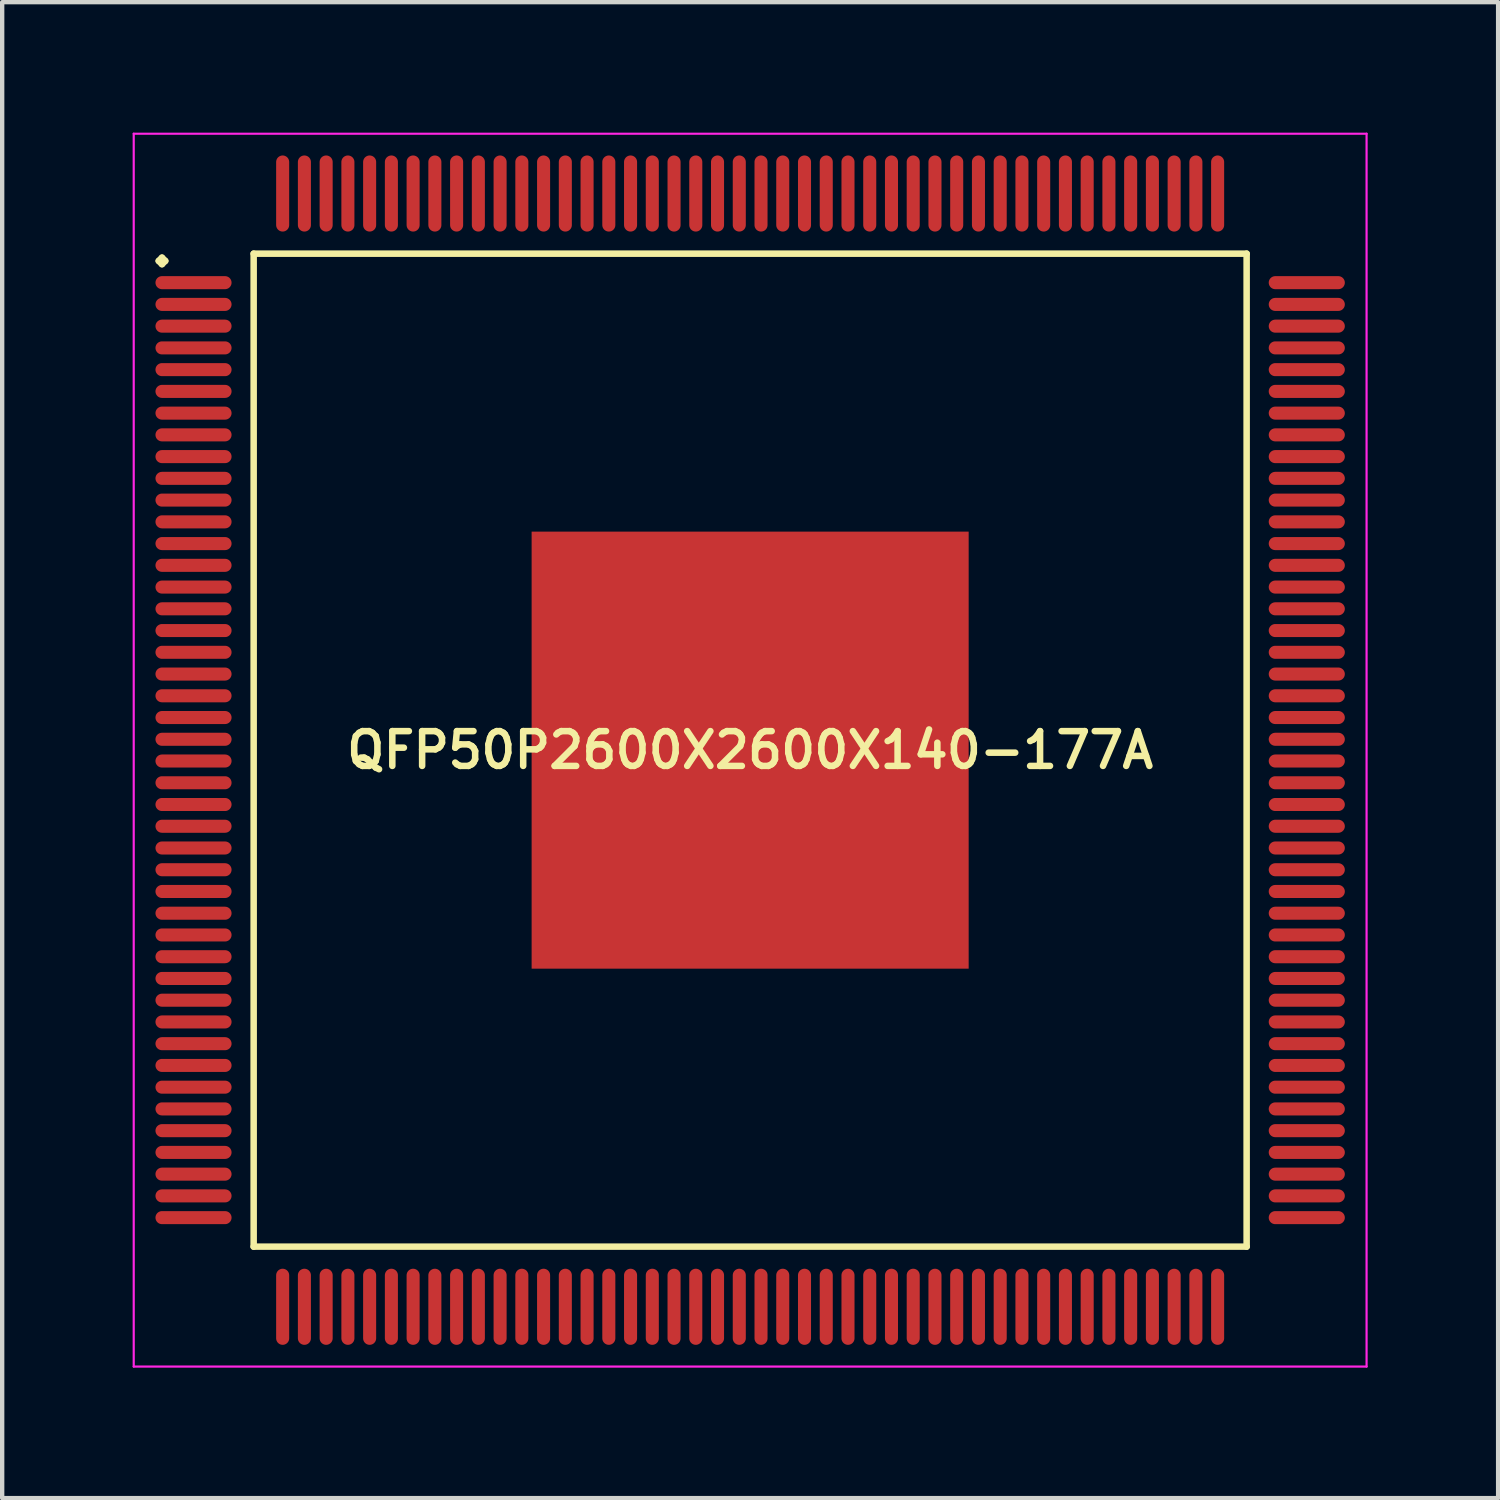
<source format=kicad_pcb>
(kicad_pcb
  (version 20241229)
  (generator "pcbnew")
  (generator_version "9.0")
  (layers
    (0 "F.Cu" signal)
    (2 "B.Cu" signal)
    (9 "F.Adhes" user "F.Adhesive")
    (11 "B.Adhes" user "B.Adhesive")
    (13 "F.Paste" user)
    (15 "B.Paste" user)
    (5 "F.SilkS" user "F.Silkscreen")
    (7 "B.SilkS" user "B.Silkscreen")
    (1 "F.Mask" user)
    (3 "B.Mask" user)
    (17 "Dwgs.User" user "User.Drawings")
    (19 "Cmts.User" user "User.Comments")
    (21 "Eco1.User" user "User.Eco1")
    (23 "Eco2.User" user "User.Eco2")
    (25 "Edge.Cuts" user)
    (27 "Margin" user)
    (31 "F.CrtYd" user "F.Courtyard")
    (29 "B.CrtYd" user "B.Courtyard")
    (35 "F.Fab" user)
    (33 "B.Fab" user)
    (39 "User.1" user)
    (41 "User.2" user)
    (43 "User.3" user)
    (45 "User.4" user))
  (footprint "QFP50P2600X2600X140-177A"
    (layer "F.Cu")
    (at 14.2 14.2)
    (property "Reference" "QFP50P2600X2600X140-177A" (at 0 0 0) (layer "F.SilkS") (effects (font (size 0.8 0.8) (thickness 0.15))))
    (attr smd)
    (fp_line (start -13.6 -11.25) (end -13.525 -11.325) (stroke (width 0.15) (type solid)) (layer "F.SilkS"))
    (fp_line (start -13.525 -11.325) (end -13.45 -11.25) (stroke (width 0.15) (type solid)) (layer "F.SilkS"))
    (fp_line (start -13.525 -11.175) (end -13.6 -11.25) (stroke (width 0.15) (type solid)) (layer "F.SilkS"))
    (fp_line (start -13.45 -11.25) (end -13.525 -11.175) (stroke (width 0.15) (type solid)) (layer "F.SilkS"))
    (fp_line (start -11.417 -11.417) (end -11.417 11.417) (stroke (width 0.15) (type solid)) (layer "F.SilkS"))
    (fp_line (start -11.417 11.417) (end 11.417 11.417) (stroke (width 0.15) (type solid)) (layer "F.SilkS"))
    (fp_line (start 11.417 -11.417) (end -11.417 -11.417) (stroke (width 0.15) (type solid)) (layer "F.SilkS"))
    (fp_line (start 11.417 11.417) (end 11.417 -11.417) (stroke (width 0.15) (type solid)) (layer "F.SilkS"))
    (fp_line (start -14.175 -14.175) (end 14.175 -14.175) (stroke (width 0.05) (type solid)) (layer "F.CrtYd"))
    (fp_line (start -14.175 14.175) (end -14.175 -14.175) (stroke (width 0.05) (type solid)) (layer "F.CrtYd"))
    (fp_line (start 14.175 -14.175) (end 14.175 14.175) (stroke (width 0.05) (type solid)) (layer "F.CrtYd"))
    (fp_line (start 14.175 14.175) (end -14.175 14.175) (stroke (width 0.05) (type solid)) (layer "F.CrtYd"))
    (pad "1" smd oval (at -12.8 -10.75) (size 1.75 0.3) (layers "F.Cu" "F.Mask" "F.Paste"))
    (pad "2" smd oval (at -12.8 -10.25) (size 1.75 0.3) (layers "F.Cu" "F.Mask" "F.Paste"))
    (pad "3" smd oval (at -12.8 -9.75) (size 1.75 0.3) (layers "F.Cu" "F.Mask" "F.Paste"))
    (pad "4" smd oval (at -12.8 -9.25) (size 1.75 0.3) (layers "F.Cu" "F.Mask" "F.Paste"))
    (pad "5" smd oval (at -12.8 -8.75) (size 1.75 0.3) (layers "F.Cu" "F.Mask" "F.Paste"))
    (pad "6" smd oval (at -12.8 -8.25) (size 1.75 0.3) (layers "F.Cu" "F.Mask" "F.Paste"))
    (pad "7" smd oval (at -12.8 -7.75) (size 1.75 0.3) (layers "F.Cu" "F.Mask" "F.Paste"))
    (pad "8" smd oval (at -12.8 -7.25) (size 1.75 0.3) (layers "F.Cu" "F.Mask" "F.Paste"))
    (pad "9" smd oval (at -12.8 -6.75) (size 1.75 0.3) (layers "F.Cu" "F.Mask" "F.Paste"))
    (pad "10" smd oval (at -12.8 -6.25) (size 1.75 0.3) (layers "F.Cu" "F.Mask" "F.Paste"))
    (pad "11" smd oval (at -12.8 -5.75) (size 1.75 0.3) (layers "F.Cu" "F.Mask" "F.Paste"))
    (pad "12" smd oval (at -12.8 -5.25) (size 1.75 0.3) (layers "F.Cu" "F.Mask" "F.Paste"))
    (pad "13" smd oval (at -12.8 -4.75) (size 1.75 0.3) (layers "F.Cu" "F.Mask" "F.Paste"))
    (pad "14" smd oval (at -12.8 -4.25) (size 1.75 0.3) (layers "F.Cu" "F.Mask" "F.Paste"))
    (pad "15" smd oval (at -12.8 -3.75) (size 1.75 0.3) (layers "F.Cu" "F.Mask" "F.Paste"))
    (pad "16" smd oval (at -12.8 -3.25) (size 1.75 0.3) (layers "F.Cu" "F.Mask" "F.Paste"))
    (pad "17" smd oval (at -12.8 -2.75) (size 1.75 0.3) (layers "F.Cu" "F.Mask" "F.Paste"))
    (pad "18" smd oval (at -12.8 -2.25) (size 1.75 0.3) (layers "F.Cu" "F.Mask" "F.Paste"))
    (pad "19" smd oval (at -12.8 -1.75) (size 1.75 0.3) (layers "F.Cu" "F.Mask" "F.Paste"))
    (pad "20" smd oval (at -12.8 -1.25) (size 1.75 0.3) (layers "F.Cu" "F.Mask" "F.Paste"))
    (pad "21" smd oval (at -12.8 -0.75) (size 1.75 0.3) (layers "F.Cu" "F.Mask" "F.Paste"))
    (pad "22" smd oval (at -12.8 -0.25) (size 1.75 0.3) (layers "F.Cu" "F.Mask" "F.Paste"))
    (pad "23" smd oval (at -12.8 0.25) (size 1.75 0.3) (layers "F.Cu" "F.Mask" "F.Paste"))
    (pad "24" smd oval (at -12.8 0.75) (size 1.75 0.3) (layers "F.Cu" "F.Mask" "F.Paste"))
    (pad "25" smd oval (at -12.8 1.25) (size 1.75 0.3) (layers "F.Cu" "F.Mask" "F.Paste"))
    (pad "26" smd oval (at -12.8 1.75) (size 1.75 0.3) (layers "F.Cu" "F.Mask" "F.Paste"))
    (pad "27" smd oval (at -12.8 2.25) (size 1.75 0.3) (layers "F.Cu" "F.Mask" "F.Paste"))
    (pad "28" smd oval (at -12.8 2.75) (size 1.75 0.3) (layers "F.Cu" "F.Mask" "F.Paste"))
    (pad "29" smd oval (at -12.8 3.25) (size 1.75 0.3) (layers "F.Cu" "F.Mask" "F.Paste"))
    (pad "30" smd oval (at -12.8 3.75) (size 1.75 0.3) (layers "F.Cu" "F.Mask" "F.Paste"))
    (pad "31" smd oval (at -12.8 4.25) (size 1.75 0.3) (layers "F.Cu" "F.Mask" "F.Paste"))
    (pad "32" smd oval (at -12.8 4.75) (size 1.75 0.3) (layers "F.Cu" "F.Mask" "F.Paste"))
    (pad "33" smd oval (at -12.8 5.25) (size 1.75 0.3) (layers "F.Cu" "F.Mask" "F.Paste"))
    (pad "34" smd oval (at -12.8 5.75) (size 1.75 0.3) (layers "F.Cu" "F.Mask" "F.Paste"))
    (pad "35" smd oval (at -12.8 6.25) (size 1.75 0.3) (layers "F.Cu" "F.Mask" "F.Paste"))
    (pad "36" smd oval (at -12.8 6.75) (size 1.75 0.3) (layers "F.Cu" "F.Mask" "F.Paste"))
    (pad "37" smd oval (at -12.8 7.25) (size 1.75 0.3) (layers "F.Cu" "F.Mask" "F.Paste"))
    (pad "38" smd oval (at -12.8 7.75) (size 1.75 0.3) (layers "F.Cu" "F.Mask" "F.Paste"))
    (pad "39" smd oval (at -12.8 8.25) (size 1.75 0.3) (layers "F.Cu" "F.Mask" "F.Paste"))
    (pad "40" smd oval (at -12.8 8.75) (size 1.75 0.3) (layers "F.Cu" "F.Mask" "F.Paste"))
    (pad "41" smd oval (at -12.8 9.25) (size 1.75 0.3) (layers "F.Cu" "F.Mask" "F.Paste"))
    (pad "42" smd oval (at -12.8 9.75) (size 1.75 0.3) (layers "F.Cu" "F.Mask" "F.Paste"))
    (pad "43" smd oval (at -12.8 10.25) (size 1.75 0.3) (layers "F.Cu" "F.Mask" "F.Paste"))
    (pad "44" smd oval (at -12.8 10.75) (size 1.75 0.3) (layers "F.Cu" "F.Mask" "F.Paste"))
    (pad "45" smd oval (at -10.75 12.8) (size 0.3 1.75) (layers "F.Cu" "F.Mask" "F.Paste"))
    (pad "46" smd oval (at -10.25 12.8) (size 0.3 1.75) (layers "F.Cu" "F.Mask" "F.Paste"))
    (pad "47" smd oval (at -9.75 12.8) (size 0.3 1.75) (layers "F.Cu" "F.Mask" "F.Paste"))
    (pad "48" smd oval (at -9.25 12.8) (size 0.3 1.75) (layers "F.Cu" "F.Mask" "F.Paste"))
    (pad "49" smd oval (at -8.75 12.8) (size 0.3 1.75) (layers "F.Cu" "F.Mask" "F.Paste"))
    (pad "50" smd oval (at -8.25 12.8) (size 0.3 1.75) (layers "F.Cu" "F.Mask" "F.Paste"))
    (pad "51" smd oval (at -7.75 12.8) (size 0.3 1.75) (layers "F.Cu" "F.Mask" "F.Paste"))
    (pad "52" smd oval (at -7.25 12.8) (size 0.3 1.75) (layers "F.Cu" "F.Mask" "F.Paste"))
    (pad "53" smd oval (at -6.75 12.8) (size 0.3 1.75) (layers "F.Cu" "F.Mask" "F.Paste"))
    (pad "54" smd oval (at -6.25 12.8) (size 0.3 1.75) (layers "F.Cu" "F.Mask" "F.Paste"))
    (pad "55" smd oval (at -5.75 12.8) (size 0.3 1.75) (layers "F.Cu" "F.Mask" "F.Paste"))
    (pad "56" smd oval (at -5.25 12.8) (size 0.3 1.75) (layers "F.Cu" "F.Mask" "F.Paste"))
    (pad "57" smd oval (at -4.75 12.8) (size 0.3 1.75) (layers "F.Cu" "F.Mask" "F.Paste"))
    (pad "58" smd oval (at -4.25 12.8) (size 0.3 1.75) (layers "F.Cu" "F.Mask" "F.Paste"))
    (pad "59" smd oval (at -3.75 12.8) (size 0.3 1.75) (layers "F.Cu" "F.Mask" "F.Paste"))
    (pad "60" smd oval (at -3.25 12.8) (size 0.3 1.75) (layers "F.Cu" "F.Mask" "F.Paste"))
    (pad "61" smd oval (at -2.75 12.8) (size 0.3 1.75) (layers "F.Cu" "F.Mask" "F.Paste"))
    (pad "62" smd oval (at -2.25 12.8) (size 0.3 1.75) (layers "F.Cu" "F.Mask" "F.Paste"))
    (pad "63" smd oval (at -1.75 12.8) (size 0.3 1.75) (layers "F.Cu" "F.Mask" "F.Paste"))
    (pad "64" smd oval (at -1.25 12.8) (size 0.3 1.75) (layers "F.Cu" "F.Mask" "F.Paste"))
    (pad "65" smd oval (at -0.75 12.8) (size 0.3 1.75) (layers "F.Cu" "F.Mask" "F.Paste"))
    (pad "66" smd oval (at -0.25 12.8) (size 0.3 1.75) (layers "F.Cu" "F.Mask" "F.Paste"))
    (pad "67" smd oval (at 0.25 12.8) (size 0.3 1.75) (layers "F.Cu" "F.Mask" "F.Paste"))
    (pad "68" smd oval (at 0.75 12.8) (size 0.3 1.75) (layers "F.Cu" "F.Mask" "F.Paste"))
    (pad "69" smd oval (at 1.25 12.8) (size 0.3 1.75) (layers "F.Cu" "F.Mask" "F.Paste"))
    (pad "70" smd oval (at 1.75 12.8) (size 0.3 1.75) (layers "F.Cu" "F.Mask" "F.Paste"))
    (pad "71" smd oval (at 2.25 12.8) (size 0.3 1.75) (layers "F.Cu" "F.Mask" "F.Paste"))
    (pad "72" smd oval (at 2.75 12.8) (size 0.3 1.75) (layers "F.Cu" "F.Mask" "F.Paste"))
    (pad "73" smd oval (at 3.25 12.8) (size 0.3 1.75) (layers "F.Cu" "F.Mask" "F.Paste"))
    (pad "74" smd oval (at 3.75 12.8) (size 0.3 1.75) (layers "F.Cu" "F.Mask" "F.Paste"))
    (pad "75" smd oval (at 4.25 12.8) (size 0.3 1.75) (layers "F.Cu" "F.Mask" "F.Paste"))
    (pad "76" smd oval (at 4.75 12.8) (size 0.3 1.75) (layers "F.Cu" "F.Mask" "F.Paste"))
    (pad "77" smd oval (at 5.25 12.8) (size 0.3 1.75) (layers "F.Cu" "F.Mask" "F.Paste"))
    (pad "78" smd oval (at 5.75 12.8) (size 0.3 1.75) (layers "F.Cu" "F.Mask" "F.Paste"))
    (pad "79" smd oval (at 6.25 12.8) (size 0.3 1.75) (layers "F.Cu" "F.Mask" "F.Paste"))
    (pad "80" smd oval (at 6.75 12.8) (size 0.3 1.75) (layers "F.Cu" "F.Mask" "F.Paste"))
    (pad "81" smd oval (at 7.25 12.8) (size 0.3 1.75) (layers "F.Cu" "F.Mask" "F.Paste"))
    (pad "82" smd oval (at 7.75 12.8) (size 0.3 1.75) (layers "F.Cu" "F.Mask" "F.Paste"))
    (pad "83" smd oval (at 8.25 12.8) (size 0.3 1.75) (layers "F.Cu" "F.Mask" "F.Paste"))
    (pad "84" smd oval (at 8.75 12.8) (size 0.3 1.75) (layers "F.Cu" "F.Mask" "F.Paste"))
    (pad "85" smd oval (at 9.25 12.8) (size 0.3 1.75) (layers "F.Cu" "F.Mask" "F.Paste"))
    (pad "86" smd oval (at 9.75 12.8) (size 0.3 1.75) (layers "F.Cu" "F.Mask" "F.Paste"))
    (pad "87" smd oval (at 10.25 12.8) (size 0.3 1.75) (layers "F.Cu" "F.Mask" "F.Paste"))
    (pad "88" smd oval (at 10.75 12.8) (size 0.3 1.75) (layers "F.Cu" "F.Mask" "F.Paste"))
    (pad "89" smd oval (at 12.8 10.75) (size 1.75 0.3) (layers "F.Cu" "F.Mask" "F.Paste"))
    (pad "90" smd oval (at 12.8 10.25) (size 1.75 0.3) (layers "F.Cu" "F.Mask" "F.Paste"))
    (pad "91" smd oval (at 12.8 9.75) (size 1.75 0.3) (layers "F.Cu" "F.Mask" "F.Paste"))
    (pad "92" smd oval (at 12.8 9.25) (size 1.75 0.3) (layers "F.Cu" "F.Mask" "F.Paste"))
    (pad "93" smd oval (at 12.8 8.75) (size 1.75 0.3) (layers "F.Cu" "F.Mask" "F.Paste"))
    (pad "94" smd oval (at 12.8 8.25) (size 1.75 0.3) (layers "F.Cu" "F.Mask" "F.Paste"))
    (pad "95" smd oval (at 12.8 7.75) (size 1.75 0.3) (layers "F.Cu" "F.Mask" "F.Paste"))
    (pad "96" smd oval (at 12.8 7.25) (size 1.75 0.3) (layers "F.Cu" "F.Mask" "F.Paste"))
    (pad "97" smd oval (at 12.8 6.75) (size 1.75 0.3) (layers "F.Cu" "F.Mask" "F.Paste"))
    (pad "98" smd oval (at 12.8 6.25) (size 1.75 0.3) (layers "F.Cu" "F.Mask" "F.Paste"))
    (pad "99" smd oval (at 12.8 5.75) (size 1.75 0.3) (layers "F.Cu" "F.Mask" "F.Paste"))
    (pad "100" smd oval (at 12.8 5.25) (size 1.75 0.3) (layers "F.Cu" "F.Mask" "F.Paste"))
    (pad "101" smd oval (at 12.8 4.75) (size 1.75 0.3) (layers "F.Cu" "F.Mask" "F.Paste"))
    (pad "102" smd oval (at 12.8 4.25) (size 1.75 0.3) (layers "F.Cu" "F.Mask" "F.Paste"))
    (pad "103" smd oval (at 12.8 3.75) (size 1.75 0.3) (layers "F.Cu" "F.Mask" "F.Paste"))
    (pad "104" smd oval (at 12.8 3.25) (size 1.75 0.3) (layers "F.Cu" "F.Mask" "F.Paste"))
    (pad "105" smd oval (at 12.8 2.75) (size 1.75 0.3) (layers "F.Cu" "F.Mask" "F.Paste"))
    (pad "106" smd oval (at 12.8 2.25) (size 1.75 0.3) (layers "F.Cu" "F.Mask" "F.Paste"))
    (pad "107" smd oval (at 12.8 1.75) (size 1.75 0.3) (layers "F.Cu" "F.Mask" "F.Paste"))
    (pad "108" smd oval (at 12.8 1.25) (size 1.75 0.3) (layers "F.Cu" "F.Mask" "F.Paste"))
    (pad "109" smd oval (at 12.8 0.75) (size 1.75 0.3) (layers "F.Cu" "F.Mask" "F.Paste"))
    (pad "110" smd oval (at 12.8 0.25) (size 1.75 0.3) (layers "F.Cu" "F.Mask" "F.Paste"))
    (pad "111" smd oval (at 12.8 -0.25) (size 1.75 0.3) (layers "F.Cu" "F.Mask" "F.Paste"))
    (pad "112" smd oval (at 12.8 -0.75) (size 1.75 0.3) (layers "F.Cu" "F.Mask" "F.Paste"))
    (pad "113" smd oval (at 12.8 -1.25) (size 1.75 0.3) (layers "F.Cu" "F.Mask" "F.Paste"))
    (pad "114" smd oval (at 12.8 -1.75) (size 1.75 0.3) (layers "F.Cu" "F.Mask" "F.Paste"))
    (pad "115" smd oval (at 12.8 -2.25) (size 1.75 0.3) (layers "F.Cu" "F.Mask" "F.Paste"))
    (pad "116" smd oval (at 12.8 -2.75) (size 1.75 0.3) (layers "F.Cu" "F.Mask" "F.Paste"))
    (pad "117" smd oval (at 12.8 -3.25) (size 1.75 0.3) (layers "F.Cu" "F.Mask" "F.Paste"))
    (pad "118" smd oval (at 12.8 -3.75) (size 1.75 0.3) (layers "F.Cu" "F.Mask" "F.Paste"))
    (pad "119" smd oval (at 12.8 -4.25) (size 1.75 0.3) (layers "F.Cu" "F.Mask" "F.Paste"))
    (pad "120" smd oval (at 12.8 -4.75) (size 1.75 0.3) (layers "F.Cu" "F.Mask" "F.Paste"))
    (pad "121" smd oval (at 12.8 -5.25) (size 1.75 0.3) (layers "F.Cu" "F.Mask" "F.Paste"))
    (pad "122" smd oval (at 12.8 -5.75) (size 1.75 0.3) (layers "F.Cu" "F.Mask" "F.Paste"))
    (pad "123" smd oval (at 12.8 -6.25) (size 1.75 0.3) (layers "F.Cu" "F.Mask" "F.Paste"))
    (pad "124" smd oval (at 12.8 -6.75) (size 1.75 0.3) (layers "F.Cu" "F.Mask" "F.Paste"))
    (pad "125" smd oval (at 12.8 -7.25) (size 1.75 0.3) (layers "F.Cu" "F.Mask" "F.Paste"))
    (pad "126" smd oval (at 12.8 -7.75) (size 1.75 0.3) (layers "F.Cu" "F.Mask" "F.Paste"))
    (pad "127" smd oval (at 12.8 -8.25) (size 1.75 0.3) (layers "F.Cu" "F.Mask" "F.Paste"))
    (pad "128" smd oval (at 12.8 -8.75) (size 1.75 0.3) (layers "F.Cu" "F.Mask" "F.Paste"))
    (pad "129" smd oval (at 12.8 -9.25) (size 1.75 0.3) (layers "F.Cu" "F.Mask" "F.Paste"))
    (pad "130" smd oval (at 12.8 -9.75) (size 1.75 0.3) (layers "F.Cu" "F.Mask" "F.Paste"))
    (pad "131" smd oval (at 12.8 -10.25) (size 1.75 0.3) (layers "F.Cu" "F.Mask" "F.Paste"))
    (pad "132" smd oval (at 12.8 -10.75) (size 1.75 0.3) (layers "F.Cu" "F.Mask" "F.Paste"))
    (pad "133" smd oval (at 10.75 -12.8) (size 0.3 1.75) (layers "F.Cu" "F.Mask" "F.Paste"))
    (pad "134" smd oval (at 10.25 -12.8) (size 0.3 1.75) (layers "F.Cu" "F.Mask" "F.Paste"))
    (pad "135" smd oval (at 9.75 -12.8) (size 0.3 1.75) (layers "F.Cu" "F.Mask" "F.Paste"))
    (pad "136" smd oval (at 9.25 -12.8) (size 0.3 1.75) (layers "F.Cu" "F.Mask" "F.Paste"))
    (pad "137" smd oval (at 8.75 -12.8) (size 0.3 1.75) (layers "F.Cu" "F.Mask" "F.Paste"))
    (pad "138" smd oval (at 8.25 -12.8) (size 0.3 1.75) (layers "F.Cu" "F.Mask" "F.Paste"))
    (pad "139" smd oval (at 7.75 -12.8) (size 0.3 1.75) (layers "F.Cu" "F.Mask" "F.Paste"))
    (pad "140" smd oval (at 7.25 -12.8) (size 0.3 1.75) (layers "F.Cu" "F.Mask" "F.Paste"))
    (pad "141" smd oval (at 6.75 -12.8) (size 0.3 1.75) (layers "F.Cu" "F.Mask" "F.Paste"))
    (pad "142" smd oval (at 6.25 -12.8) (size 0.3 1.75) (layers "F.Cu" "F.Mask" "F.Paste"))
    (pad "143" smd oval (at 5.75 -12.8) (size 0.3 1.75) (layers "F.Cu" "F.Mask" "F.Paste"))
    (pad "144" smd oval (at 5.25 -12.8) (size 0.3 1.75) (layers "F.Cu" "F.Mask" "F.Paste"))
    (pad "145" smd oval (at 4.75 -12.8) (size 0.3 1.75) (layers "F.Cu" "F.Mask" "F.Paste"))
    (pad "146" smd oval (at 4.25 -12.8) (size 0.3 1.75) (layers "F.Cu" "F.Mask" "F.Paste"))
    (pad "147" smd oval (at 3.75 -12.8) (size 0.3 1.75) (layers "F.Cu" "F.Mask" "F.Paste"))
    (pad "148" smd oval (at 3.25 -12.8) (size 0.3 1.75) (layers "F.Cu" "F.Mask" "F.Paste"))
    (pad "149" smd oval (at 2.75 -12.8) (size 0.3 1.75) (layers "F.Cu" "F.Mask" "F.Paste"))
    (pad "150" smd oval (at 2.25 -12.8) (size 0.3 1.75) (layers "F.Cu" "F.Mask" "F.Paste"))
    (pad "151" smd oval (at 1.75 -12.8) (size 0.3 1.75) (layers "F.Cu" "F.Mask" "F.Paste"))
    (pad "152" smd oval (at 1.25 -12.8) (size 0.3 1.75) (layers "F.Cu" "F.Mask" "F.Paste"))
    (pad "153" smd oval (at 0.75 -12.8) (size 0.3 1.75) (layers "F.Cu" "F.Mask" "F.Paste"))
    (pad "154" smd oval (at 0.25 -12.8) (size 0.3 1.75) (layers "F.Cu" "F.Mask" "F.Paste"))
    (pad "155" smd oval (at -0.25 -12.8) (size 0.3 1.75) (layers "F.Cu" "F.Mask" "F.Paste"))
    (pad "156" smd oval (at -0.75 -12.8) (size 0.3 1.75) (layers "F.Cu" "F.Mask" "F.Paste"))
    (pad "157" smd oval (at -1.25 -12.8) (size 0.3 1.75) (layers "F.Cu" "F.Mask" "F.Paste"))
    (pad "158" smd oval (at -1.75 -12.8) (size 0.3 1.75) (layers "F.Cu" "F.Mask" "F.Paste"))
    (pad "159" smd oval (at -2.25 -12.8) (size 0.3 1.75) (layers "F.Cu" "F.Mask" "F.Paste"))
    (pad "160" smd oval (at -2.75 -12.8) (size 0.3 1.75) (layers "F.Cu" "F.Mask" "F.Paste"))
    (pad "161" smd oval (at -3.25 -12.8) (size 0.3 1.75) (layers "F.Cu" "F.Mask" "F.Paste"))
    (pad "162" smd oval (at -3.75 -12.8) (size 0.3 1.75) (layers "F.Cu" "F.Mask" "F.Paste"))
    (pad "163" smd oval (at -4.25 -12.8) (size 0.3 1.75) (layers "F.Cu" "F.Mask" "F.Paste"))
    (pad "164" smd oval (at -4.75 -12.8) (size 0.3 1.75) (layers "F.Cu" "F.Mask" "F.Paste"))
    (pad "165" smd oval (at -5.25 -12.8) (size 0.3 1.75) (layers "F.Cu" "F.Mask" "F.Paste"))
    (pad "166" smd oval (at -5.75 -12.8) (size 0.3 1.75) (layers "F.Cu" "F.Mask" "F.Paste"))
    (pad "167" smd oval (at -6.25 -12.8) (size 0.3 1.75) (layers "F.Cu" "F.Mask" "F.Paste"))
    (pad "168" smd oval (at -6.75 -12.8) (size 0.3 1.75) (layers "F.Cu" "F.Mask" "F.Paste"))
    (pad "169" smd oval (at -7.25 -12.8) (size 0.3 1.75) (layers "F.Cu" "F.Mask" "F.Paste"))
    (pad "170" smd oval (at -7.75 -12.8) (size 0.3 1.75) (layers "F.Cu" "F.Mask" "F.Paste"))
    (pad "171" smd oval (at -8.25 -12.8) (size 0.3 1.75) (layers "F.Cu" "F.Mask" "F.Paste"))
    (pad "172" smd oval (at -8.75 -12.8) (size 0.3 1.75) (layers "F.Cu" "F.Mask" "F.Paste"))
    (pad "173" smd oval (at -9.25 -12.8) (size 0.3 1.75) (layers "F.Cu" "F.Mask" "F.Paste"))
    (pad "174" smd oval (at -9.75 -12.8) (size 0.3 1.75) (layers "F.Cu" "F.Mask" "F.Paste"))
    (pad "175" smd oval (at -10.25 -12.8) (size 0.3 1.75) (layers "F.Cu" "F.Mask" "F.Paste"))
    (pad "176" smd oval (at -10.75 -12.8) (size 0.3 1.75) (layers "F.Cu" "F.Mask" "F.Paste"))
    (pad "177" smd rect (at 0 0) (size 10.05 10.05) (layers "F.Cu" "F.Mask" "F.Paste")))
  (gr_rect
    (start -3 -3)
    (end 31.4 31.4)
    (stroke (width 0.1) (type default))
    (fill no)
    (layer "Edge.Cuts")))
</source>
